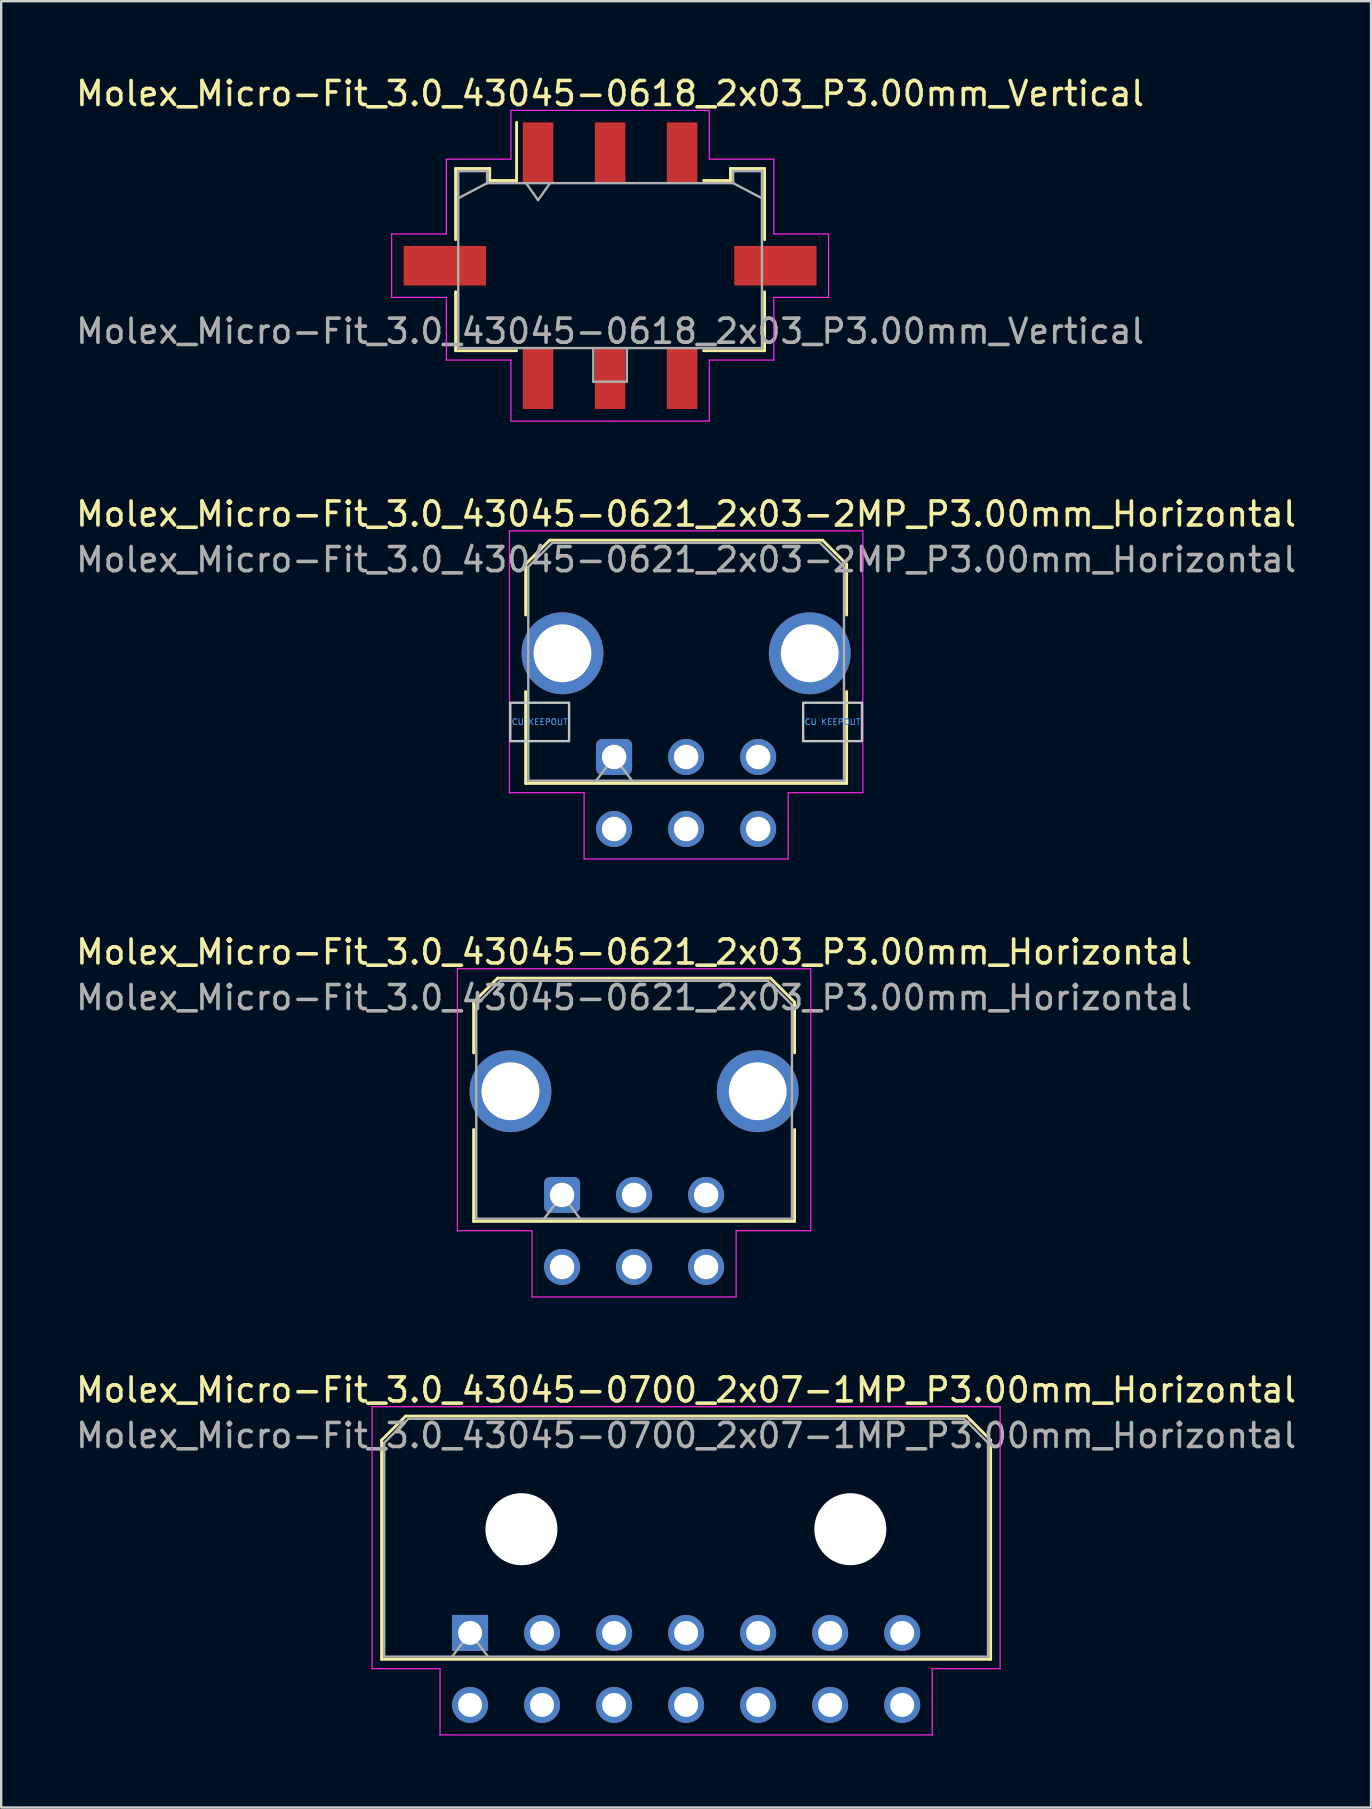
<source format=kicad_pcb>
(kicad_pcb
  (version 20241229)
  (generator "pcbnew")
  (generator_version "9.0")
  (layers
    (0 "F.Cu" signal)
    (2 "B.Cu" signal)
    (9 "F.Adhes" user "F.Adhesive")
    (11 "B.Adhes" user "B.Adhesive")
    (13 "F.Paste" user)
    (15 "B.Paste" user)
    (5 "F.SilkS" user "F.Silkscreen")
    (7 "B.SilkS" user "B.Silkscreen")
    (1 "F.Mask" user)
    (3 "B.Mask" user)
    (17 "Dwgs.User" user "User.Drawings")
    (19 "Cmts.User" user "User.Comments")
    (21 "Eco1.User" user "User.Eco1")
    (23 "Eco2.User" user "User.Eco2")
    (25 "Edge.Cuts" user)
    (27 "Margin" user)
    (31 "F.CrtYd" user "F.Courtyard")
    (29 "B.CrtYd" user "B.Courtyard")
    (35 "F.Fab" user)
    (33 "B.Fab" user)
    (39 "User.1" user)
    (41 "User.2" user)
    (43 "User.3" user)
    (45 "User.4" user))
  (footprint "Molex_Micro-Fit_3.0_43045-0621_2x03-2MP_P3.00mm_Horizontal"
    (layer "F.Cu")
    (at 22.53 28.482)
    (property "Reference" "Molex_Micro-Fit_3.0_43045-0621_2x03-2MP_P3.00mm_Horizontal" (at 3 -10.12 0) (layer "F.SilkS") (effects (font (size 1 1) (thickness 0.15))))
    (attr through_hole)
    (fp_line (start -3.685 -8.03) (end -2.685 -9.03) (stroke (width 0.12) (type solid)) (layer "F.SilkS"))
    (fp_line (start -3.685 -5.915) (end -3.685 -8.03) (stroke (width 0.12) (type solid)) (layer "F.SilkS"))
    (fp_line (start -3.685 -2.725) (end -3.685 1.1) (stroke (width 0.12) (type solid)) (layer "F.SilkS"))
    (fp_line (start -3.685 1.1) (end 9.685 1.1) (stroke (width 0.12) (type solid)) (layer "F.SilkS"))
    (fp_line (start -2.685 -9.03) (end 8.685 -9.03) (stroke (width 0.12) (type solid)) (layer "F.SilkS"))
    (fp_line (start 8.685 -9.03) (end 9.685 -8.03) (stroke (width 0.12) (type solid)) (layer "F.SilkS"))
    (fp_line (start 9.685 -8.03) (end 9.685 -5.915) (stroke (width 0.12) (type solid)) (layer "F.SilkS"))
    (fp_line (start 9.685 1.1) (end 9.685 -2.725) (stroke (width 0.12) (type solid)) (layer "F.SilkS"))
    (fp_poly (pts (xy -4.325 -2.26) (xy -4.325 -0.66) (xy -1.875 -0.66) (xy -1.875 -2.26)) (stroke (width 0.1) (type solid)) (fill no) (layer "Dwgs.User"))
    (fp_poly (pts (xy 7.875 -2.26) (xy 7.875 -0.66) (xy 10.325 -0.66) (xy 10.325 -2.26)) (stroke (width 0.1) (type solid)) (fill no) (layer "Dwgs.User"))
    (fp_line (start -4.36 -9.42) (end 10.36 -9.42) (stroke (width 0.05) (type solid)) (layer "F.CrtYd"))
    (fp_line (start -4.36 1.49) (end -4.36 -9.42) (stroke (width 0.05) (type solid)) (layer "F.CrtYd"))
    (fp_line (start -1.25 1.49) (end -4.36 1.49) (stroke (width 0.05) (type solid)) (layer "F.CrtYd"))
    (fp_line (start -1.25 4.25) (end -1.25 1.49) (stroke (width 0.05) (type solid)) (layer "F.CrtYd"))
    (fp_line (start 7.25 1.49) (end 7.25 4.25) (stroke (width 0.05) (type solid)) (layer "F.CrtYd"))
    (fp_line (start 7.25 4.25) (end -1.25 4.25) (stroke (width 0.05) (type solid)) (layer "F.CrtYd"))
    (fp_line (start 10.36 -9.42) (end 10.36 1.49) (stroke (width 0.05) (type solid)) (layer "F.CrtYd"))
    (fp_line (start 10.36 1.49) (end 7.25 1.49) (stroke (width 0.05) (type solid)) (layer "F.CrtYd"))
    (fp_line (start -3.575 -7.92) (end -2.575 -8.92) (stroke (width 0.1) (type solid)) (layer "F.Fab"))
    (fp_line (start -3.575 0.99) (end -3.575 -7.92) (stroke (width 0.1) (type solid)) (layer "F.Fab"))
    (fp_line (start -2.575 -8.92) (end 8.575 -8.92) (stroke (width 0.1) (type solid)) (layer "F.Fab"))
    (fp_line (start -0.75 0.99) (end 0 0) (stroke (width 0.1) (type solid)) (layer "F.Fab"))
    (fp_line (start 0 0) (end 0.75 0.99) (stroke (width 0.1) (type solid)) (layer "F.Fab"))
    (fp_line (start 8.575 -8.92) (end 9.575 -7.92) (stroke (width 0.1) (type solid)) (layer "F.Fab"))
    (fp_line (start 9.575 -7.92) (end 9.575 0.99) (stroke (width 0.1) (type solid)) (layer "F.Fab"))
    (fp_line (start 9.575 0.99) (end -3.575 0.99) (stroke (width 0.1) (type solid)) (layer "F.Fab"))
    (fp_text user "CU KEEPOUT" (at -3.1 -1.46 0) (layer "Cmts.User") (effects (font (size 0.245 0.245) (thickness 0.037))))
    (fp_text user "CU KEEPOUT" (at 9.1 -1.46 0) (layer "Cmts.User") (effects (font (size 0.245 0.245) (thickness 0.037))))
    (fp_text user "${REFERENCE}" (at 3 -8.22 0) (layer "F.Fab") (effects (font (size 1 1) (thickness 0.15))))
    (pad "1" thru_hole roundrect (at 0 0) (size 1.5 1.5) (drill 1.02) (layers "*.Cu" "*.Mask") (roundrect_rratio 0.167))
    (pad "2" thru_hole circle (at 3 0) (size 1.5 1.5) (drill 1.02) (layers "*.Cu" "*.Mask"))
    (pad "3" thru_hole circle (at 6 0) (size 1.5 1.5) (drill 1.02) (layers "*.Cu" "*.Mask"))
    (pad "4" thru_hole circle (at 0 3) (size 1.5 1.5) (drill 1.02) (layers "*.Cu" "*.Mask"))
    (pad "5" thru_hole circle (at 3 3) (size 1.5 1.5) (drill 1.02) (layers "*.Cu" "*.Mask"))
    (pad "6" thru_hole circle (at 6 3) (size 1.5 1.5) (drill 1.02) (layers "*.Cu" "*.Mask"))
    (pad "MP" thru_hole circle (at -2.15 -4.32) (size 3.41 3.41) (drill 2.41) (layers "*.Cu" "*.Mask"))
    (pad "MP" thru_hole circle (at 8.15 -4.32) (size 3.41 3.41) (drill 2.41) (layers "*.Cu" "*.Mask")))
  (footprint "Molex_Micro-Fit_3.0_43045-0700_2x07-1MP_P3.00mm_Horizontal"
    (layer "F.Cu")
    (at 16.53 64.968)
    (property "Reference" "Molex_Micro-Fit_3.0_43045-0700_2x07-1MP_P3.00mm_Horizontal" (at 9 -10.12 0) (layer "F.SilkS") (effects (font (size 1 1) (thickness 0.15))))
    (attr through_hole)
    (fp_line (start -3.685 -8.03) (end -2.685 -9.03) (stroke (width 0.12) (type solid)) (layer "F.SilkS"))
    (fp_line (start -3.685 1.1) (end -3.685 -8.03) (stroke (width 0.12) (type solid)) (layer "F.SilkS"))
    (fp_line (start -2.685 -9.03) (end 20.685 -9.03) (stroke (width 0.12) (type solid)) (layer "F.SilkS"))
    (fp_line (start 20.685 -9.03) (end 21.685 -8.03) (stroke (width 0.12) (type solid)) (layer "F.SilkS"))
    (fp_line (start 21.685 -8.03) (end 21.685 1.1) (stroke (width 0.12) (type solid)) (layer "F.SilkS"))
    (fp_line (start 21.685 1.1) (end -3.685 1.1) (stroke (width 0.12) (type solid)) (layer "F.SilkS"))
    (fp_line (start -4.08 -9.42) (end 22.08 -9.42) (stroke (width 0.05) (type solid)) (layer "F.CrtYd"))
    (fp_line (start -4.08 1.49) (end -4.08 -9.42) (stroke (width 0.05) (type solid)) (layer "F.CrtYd"))
    (fp_line (start -1.25 1.49) (end -4.08 1.49) (stroke (width 0.05) (type solid)) (layer "F.CrtYd"))
    (fp_line (start -1.25 4.25) (end -1.25 1.49) (stroke (width 0.05) (type solid)) (layer "F.CrtYd"))
    (fp_line (start 19.25 1.49) (end 19.25 4.25) (stroke (width 0.05) (type solid)) (layer "F.CrtYd"))
    (fp_line (start 19.25 4.25) (end -1.25 4.25) (stroke (width 0.05) (type solid)) (layer "F.CrtYd"))
    (fp_line (start 22.08 -9.42) (end 22.08 1.49) (stroke (width 0.05) (type solid)) (layer "F.CrtYd"))
    (fp_line (start 22.08 1.49) (end 19.25 1.49) (stroke (width 0.05) (type solid)) (layer "F.CrtYd"))
    (fp_line (start -3.575 -7.92) (end -2.575 -8.92) (stroke (width 0.1) (type solid)) (layer "F.Fab"))
    (fp_line (start -3.575 0.99) (end -3.575 -7.92) (stroke (width 0.1) (type solid)) (layer "F.Fab"))
    (fp_line (start -2.575 -8.92) (end 20.575 -8.92) (stroke (width 0.1) (type solid)) (layer "F.Fab"))
    (fp_line (start -0.75 0.99) (end 0 0) (stroke (width 0.1) (type solid)) (layer "F.Fab"))
    (fp_line (start 0 0) (end 0.75 0.99) (stroke (width 0.1) (type solid)) (layer "F.Fab"))
    (fp_line (start 20.575 -8.92) (end 21.575 -7.92) (stroke (width 0.1) (type solid)) (layer "F.Fab"))
    (fp_line (start 21.575 -7.92) (end 21.575 0.99) (stroke (width 0.1) (type solid)) (layer "F.Fab"))
    (fp_line (start 21.575 0.99) (end -3.575 0.99) (stroke (width 0.1) (type solid)) (layer "F.Fab"))
    (fp_text user "${REFERENCE}" (at 9 -8.22 0) (layer "F.Fab") (effects (font (size 1 1) (thickness 0.15))))
    (pad "" np_thru_hole circle (at 2.14 -4.32) (size 3 3) (drill 3) (layers "*.Cu" "*.Mask"))
    (pad "" np_thru_hole circle (at 15.84 -4.32) (size 3 3) (drill 3) (layers "*.Cu" "*.Mask"))
    (pad "1" thru_hole rect (at 0 0) (size 1.5 1.5) (drill 1) (layers "*.Cu" "*.Mask"))
    (pad "2" thru_hole circle (at 3 0) (size 1.5 1.5) (drill 1) (layers "*.Cu" "*.Mask"))
    (pad "3" thru_hole circle (at 6 0) (size 1.5 1.5) (drill 1) (layers "*.Cu" "*.Mask"))
    (pad "4" thru_hole circle (at 9 0) (size 1.5 1.5) (drill 1) (layers "*.Cu" "*.Mask"))
    (pad "5" thru_hole circle (at 12 0) (size 1.5 1.5) (drill 1) (layers "*.Cu" "*.Mask"))
    (pad "6" thru_hole circle (at 15 0) (size 1.5 1.5) (drill 1) (layers "*.Cu" "*.Mask"))
    (pad "7" thru_hole circle (at 18 0) (size 1.5 1.5) (drill 1) (layers "*.Cu" "*.Mask"))
    (pad "8" thru_hole circle (at 0 3) (size 1.5 1.5) (drill 1) (layers "*.Cu" "*.Mask"))
    (pad "9" thru_hole circle (at 3 3) (size 1.5 1.5) (drill 1) (layers "*.Cu" "*.Mask"))
    (pad "10" thru_hole circle (at 6 3) (size 1.5 1.5) (drill 1) (layers "*.Cu" "*.Mask"))
    (pad "11" thru_hole circle (at 9 3) (size 1.5 1.5) (drill 1) (layers "*.Cu" "*.Mask"))
    (pad "12" thru_hole circle (at 12 3) (size 1.5 1.5) (drill 1) (layers "*.Cu" "*.Mask"))
    (pad "13" thru_hole circle (at 15 3) (size 1.5 1.5) (drill 1) (layers "*.Cu" "*.Mask"))
    (pad "14" thru_hole circle (at 18 3) (size 1.5 1.5) (drill 1) (layers "*.Cu" "*.Mask")))
  (footprint "Molex_Micro-Fit_3.0_43045-0621_2x03_P3.00mm_Horizontal"
    (layer "F.Cu")
    (at 20.363 46.725)
    (property "Reference" "Molex_Micro-Fit_3.0_43045-0621_2x03_P3.00mm_Horizontal" (at 3 -10.12 0) (layer "F.SilkS") (effects (font (size 1 1) (thickness 0.15))))
    (attr through_hole)
    (fp_line (start -3.685 -8.03) (end -2.685 -9.03) (stroke (width 0.12) (type solid)) (layer "F.SilkS"))
    (fp_line (start -3.685 -5.915) (end -3.685 -8.03) (stroke (width 0.12) (type solid)) (layer "F.SilkS"))
    (fp_line (start -3.685 -2.725) (end -3.685 1.1) (stroke (width 0.12) (type solid)) (layer "F.SilkS"))
    (fp_line (start -3.685 1.1) (end 9.685 1.1) (stroke (width 0.12) (type solid)) (layer "F.SilkS"))
    (fp_line (start -2.685 -9.03) (end 8.685 -9.03) (stroke (width 0.12) (type solid)) (layer "F.SilkS"))
    (fp_line (start 8.685 -9.03) (end 9.685 -8.03) (stroke (width 0.12) (type solid)) (layer "F.SilkS"))
    (fp_line (start 9.685 -8.03) (end 9.685 -5.915) (stroke (width 0.12) (type solid)) (layer "F.SilkS"))
    (fp_line (start 9.685 1.1) (end 9.685 -2.725) (stroke (width 0.12) (type solid)) (layer "F.SilkS"))
    (fp_line (start -4.36 -9.42) (end 10.36 -9.42) (stroke (width 0.05) (type solid)) (layer "F.CrtYd"))
    (fp_line (start -4.36 1.49) (end -4.36 -9.42) (stroke (width 0.05) (type solid)) (layer "F.CrtYd"))
    (fp_line (start -1.25 1.49) (end -4.36 1.49) (stroke (width 0.05) (type solid)) (layer "F.CrtYd"))
    (fp_line (start -1.25 4.25) (end -1.25 1.49) (stroke (width 0.05) (type solid)) (layer "F.CrtYd"))
    (fp_line (start 7.25 1.49) (end 7.25 4.25) (stroke (width 0.05) (type solid)) (layer "F.CrtYd"))
    (fp_line (start 7.25 4.25) (end -1.25 4.25) (stroke (width 0.05) (type solid)) (layer "F.CrtYd"))
    (fp_line (start 10.36 -9.42) (end 10.36 1.49) (stroke (width 0.05) (type solid)) (layer "F.CrtYd"))
    (fp_line (start 10.36 1.49) (end 7.25 1.49) (stroke (width 0.05) (type solid)) (layer "F.CrtYd"))
    (fp_line (start -3.575 -7.92) (end -2.575 -8.92) (stroke (width 0.1) (type solid)) (layer "F.Fab"))
    (fp_line (start -3.575 0.99) (end -3.575 -7.92) (stroke (width 0.1) (type solid)) (layer "F.Fab"))
    (fp_line (start -2.575 -8.92) (end 8.575 -8.92) (stroke (width 0.1) (type solid)) (layer "F.Fab"))
    (fp_line (start -0.75 0.99) (end 0 0) (stroke (width 0.1) (type solid)) (layer "F.Fab"))
    (fp_line (start 0 0) (end 0.75 0.99) (stroke (width 0.1) (type solid)) (layer "F.Fab"))
    (fp_line (start 8.575 -8.92) (end 9.575 -7.92) (stroke (width 0.1) (type solid)) (layer "F.Fab"))
    (fp_line (start 9.575 -7.92) (end 9.575 0.99) (stroke (width 0.1) (type solid)) (layer "F.Fab"))
    (fp_line (start 9.575 0.99) (end -3.575 0.99) (stroke (width 0.1) (type solid)) (layer "F.Fab"))
    (fp_text user "${REFERENCE}" (at 3 -8.22 0) (layer "F.Fab") (effects (font (size 1 1) (thickness 0.15))))
    (pad "" thru_hole circle (at -2.15 -4.32) (size 3.41 3.41) (drill 2.41) (layers "*.Cu" "*.Mask"))
    (pad "" thru_hole circle (at 8.15 -4.32) (size 3.41 3.41) (drill 2.41) (layers "*.Cu" "*.Mask"))
    (pad "1" thru_hole roundrect (at 0 0) (size 1.5 1.5) (drill 1.02) (layers "*.Cu" "*.Mask") (roundrect_rratio 0.167))
    (pad "2" thru_hole circle (at 3 0) (size 1.5 1.5) (drill 1.02) (layers "*.Cu" "*.Mask"))
    (pad "3" thru_hole circle (at 6 0) (size 1.5 1.5) (drill 1.02) (layers "*.Cu" "*.Mask"))
    (pad "4" thru_hole circle (at 0 3) (size 1.5 1.5) (drill 1.02) (layers "*.Cu" "*.Mask"))
    (pad "5" thru_hole circle (at 3 3) (size 1.5 1.5) (drill 1.02) (layers "*.Cu" "*.Mask"))
    (pad "6" thru_hole circle (at 6 3) (size 1.5 1.5) (drill 1.02) (layers "*.Cu" "*.Mask")))
  (footprint "Molex_Micro-Fit_3.0_43045-0618_2x03_P3.00mm_Vertical"
    (layer "F.Cu")
    (at 22.363 8.018)
    (property "Reference" "Molex_Micro-Fit_3.0_43045-0618_2x03_P3.00mm_Vertical" (at 0 -7.17 0) (layer "F.SilkS") (effects (font (size 1 1) (thickness 0.15))))
    (attr smd)
    (fp_line (start -6.435 -4.05) (end -5.015 -4.05) (stroke (width 0.12) (type solid)) (layer "F.SilkS"))
    (fp_line (start -6.435 -1.085) (end -6.435 -4.05) (stroke (width 0.12) (type solid)) (layer "F.SilkS"))
    (fp_line (start -6.435 1.085) (end -6.435 3.54) (stroke (width 0.12) (type solid)) (layer "F.SilkS"))
    (fp_line (start -6.435 3.54) (end -3.895 3.54) (stroke (width 0.12) (type solid)) (layer "F.SilkS"))
    (fp_line (start -5.015 -4.05) (end -5.015 -3.55) (stroke (width 0.12) (type solid)) (layer "F.SilkS"))
    (fp_line (start -5.015 -3.55) (end -3.895 -3.55) (stroke (width 0.12) (type solid)) (layer "F.SilkS"))
    (fp_line (start -3.895 -3.55) (end -3.895 -5.97) (stroke (width 0.12) (type solid)) (layer "F.SilkS"))
    (fp_line (start 5.015 -4.05) (end 5.015 -3.55) (stroke (width 0.12) (type solid)) (layer "F.SilkS"))
    (fp_line (start 5.015 -3.55) (end 3.895 -3.55) (stroke (width 0.12) (type solid)) (layer "F.SilkS"))
    (fp_line (start 6.435 -4.05) (end 5.015 -4.05) (stroke (width 0.12) (type solid)) (layer "F.SilkS"))
    (fp_line (start 6.435 -1.085) (end 6.435 -4.05) (stroke (width 0.12) (type solid)) (layer "F.SilkS"))
    (fp_line (start 6.435 1.085) (end 6.435 3.54) (stroke (width 0.12) (type solid)) (layer "F.SilkS"))
    (fp_line (start 6.435 3.54) (end 3.895 3.54) (stroke (width 0.12) (type solid)) (layer "F.SilkS"))
    (fp_line (start -9.1 -1.32) (end -9.1 1.32) (stroke (width 0.05) (type solid)) (layer "F.CrtYd"))
    (fp_line (start -9.1 1.32) (end -6.82 1.32) (stroke (width 0.05) (type solid)) (layer "F.CrtYd"))
    (fp_line (start -6.82 -4.44) (end -6.82 -1.32) (stroke (width 0.05) (type solid)) (layer "F.CrtYd"))
    (fp_line (start -6.82 -1.32) (end -9.1 -1.32) (stroke (width 0.05) (type solid)) (layer "F.CrtYd"))
    (fp_line (start -6.82 1.32) (end -6.82 3.93) (stroke (width 0.05) (type solid)) (layer "F.CrtYd"))
    (fp_line (start -6.82 3.93) (end -4.13 3.93) (stroke (width 0.05) (type solid)) (layer "F.CrtYd"))
    (fp_line (start -4.13 -6.47) (end -4.13 -4.44) (stroke (width 0.05) (type solid)) (layer "F.CrtYd"))
    (fp_line (start -4.13 -4.44) (end -6.82 -4.44) (stroke (width 0.05) (type solid)) (layer "F.CrtYd"))
    (fp_line (start -4.13 3.93) (end -4.13 6.47) (stroke (width 0.05) (type solid)) (layer "F.CrtYd"))
    (fp_line (start -4.13 6.47) (end 0 6.47) (stroke (width 0.05) (type solid)) (layer "F.CrtYd"))
    (fp_line (start 0 -6.47) (end -4.13 -6.47) (stroke (width 0.05) (type solid)) (layer "F.CrtYd"))
    (fp_line (start 0 -6.47) (end 4.13 -6.47) (stroke (width 0.05) (type solid)) (layer "F.CrtYd"))
    (fp_line (start 4.13 -6.47) (end 4.13 -4.44) (stroke (width 0.05) (type solid)) (layer "F.CrtYd"))
    (fp_line (start 4.13 -4.44) (end 6.82 -4.44) (stroke (width 0.05) (type solid)) (layer "F.CrtYd"))
    (fp_line (start 4.13 3.93) (end 4.13 6.47) (stroke (width 0.05) (type solid)) (layer "F.CrtYd"))
    (fp_line (start 4.13 6.47) (end 0 6.47) (stroke (width 0.05) (type solid)) (layer "F.CrtYd"))
    (fp_line (start 6.82 -4.44) (end 6.82 -1.32) (stroke (width 0.05) (type solid)) (layer "F.CrtYd"))
    (fp_line (start 6.82 -1.32) (end 9.1 -1.32) (stroke (width 0.05) (type solid)) (layer "F.CrtYd"))
    (fp_line (start 6.82 1.32) (end 6.82 3.93) (stroke (width 0.05) (type solid)) (layer "F.CrtYd"))
    (fp_line (start 6.82 3.93) (end 4.13 3.93) (stroke (width 0.05) (type solid)) (layer "F.CrtYd"))
    (fp_line (start 9.1 -1.32) (end 9.1 1.32) (stroke (width 0.05) (type solid)) (layer "F.CrtYd"))
    (fp_line (start 9.1 1.32) (end 6.82 1.32) (stroke (width 0.05) (type solid)) (layer "F.CrtYd"))
    (fp_line (start -6.325 -3.94) (end -6.325 3.43) (stroke (width 0.1) (type solid)) (layer "F.Fab"))
    (fp_line (start -6.325 -2.81) (end -5.125 -3.44) (stroke (width 0.1) (type solid)) (layer "F.Fab"))
    (fp_line (start -6.325 3.43) (end 6.325 3.43) (stroke (width 0.1) (type solid)) (layer "F.Fab"))
    (fp_line (start -5.125 -3.94) (end -6.325 -3.94) (stroke (width 0.1) (type solid)) (layer "F.Fab"))
    (fp_line (start -5.125 -3.44) (end -5.125 -3.94) (stroke (width 0.1) (type solid)) (layer "F.Fab"))
    (fp_line (start -3.5 -3.44) (end -3 -2.733) (stroke (width 0.1) (type solid)) (layer "F.Fab"))
    (fp_line (start -3 -2.733) (end -2.5 -3.44) (stroke (width 0.1) (type solid)) (layer "F.Fab"))
    (fp_line (start -0.7 3.43) (end -0.7 4.83) (stroke (width 0.1) (type solid)) (layer "F.Fab"))
    (fp_line (start -0.7 4.83) (end 0.7 4.83) (stroke (width 0.1) (type solid)) (layer "F.Fab"))
    (fp_line (start 0.7 4.83) (end 0.7 3.43) (stroke (width 0.1) (type solid)) (layer "F.Fab"))
    (fp_line (start 5.125 -3.94) (end 5.125 -3.44) (stroke (width 0.1) (type solid)) (layer "F.Fab"))
    (fp_line (start 5.125 -3.44) (end -5.125 -3.44) (stroke (width 0.1) (type solid)) (layer "F.Fab"))
    (fp_line (start 6.325 -3.94) (end 5.125 -3.94) (stroke (width 0.1) (type solid)) (layer "F.Fab"))
    (fp_line (start 6.325 -2.81) (end 5.125 -3.44) (stroke (width 0.1) (type solid)) (layer "F.Fab"))
    (fp_line (start 6.325 3.43) (end 6.325 -3.94) (stroke (width 0.1) (type solid)) (layer "F.Fab"))
    (fp_text user "${REFERENCE}" (at 0 2.73 0) (layer "F.Fab") (effects (font (size 1 1) (thickness 0.15))))
    (pad "" smd rect (at -6.885 0) (size 3.43 1.65) (layers "F.Cu" "F.Mask" "F.Paste"))
    (pad "" smd rect (at 6.885 0) (size 3.43 1.65) (layers "F.Cu" "F.Mask" "F.Paste"))
    (pad "1" smd rect (at -3 -4.7) (size 1.27 2.54) (layers "F.Cu" "F.Mask" "F.Paste"))
    (pad "2" smd rect (at 0 -4.7) (size 1.27 2.54) (layers "F.Cu" "F.Mask" "F.Paste"))
    (pad "3" smd rect (at 3 -4.7) (size 1.27 2.54) (layers "F.Cu" "F.Mask" "F.Paste"))
    (pad "4" smd rect (at -3 4.7) (size 1.27 2.54) (layers "F.Cu" "F.Mask" "F.Paste"))
    (pad "5" smd rect (at 0 4.7) (size 1.27 2.54) (layers "F.Cu" "F.Mask" "F.Paste"))
    (pad "6" smd rect (at 3 4.7) (size 1.27 2.54) (layers "F.Cu" "F.Mask" "F.Paste")))
  (gr_rect
    (start -3 -3)
    (end 54.06 72.243)
    (stroke (width 0.1) (type default))
    (fill no)
    (layer "Edge.Cuts")))
</source>
